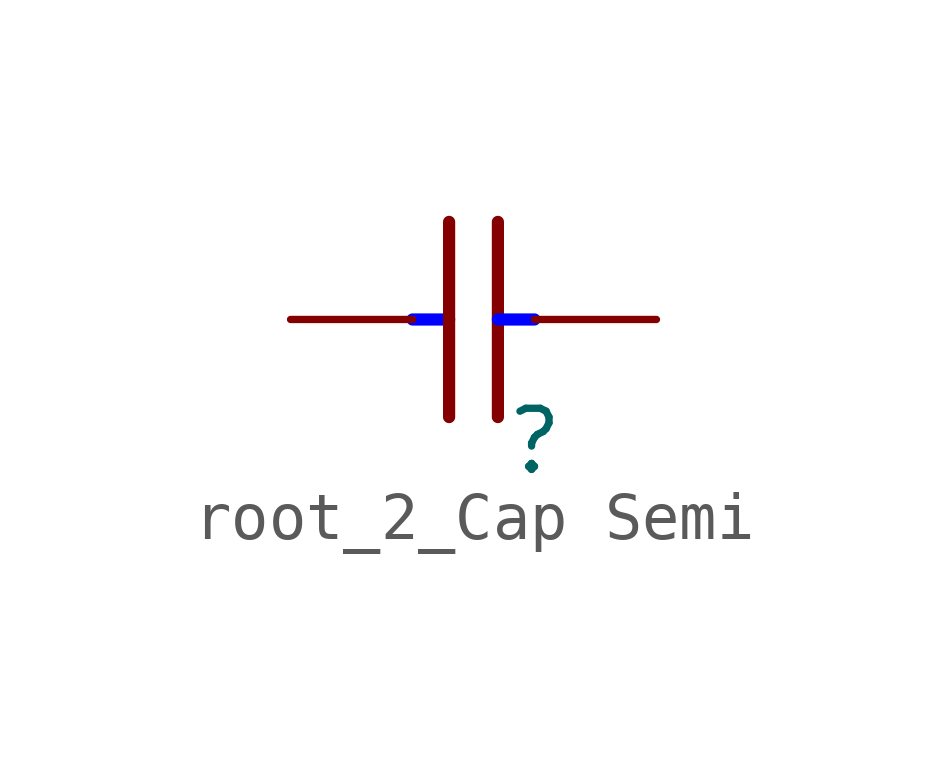
<source format=kicad_sym>
(kicad_symbol_lib
  (version 20220914)
  (generator kicad_symbol_editor)
  (symbol "root_2_Cap Semi"
    (property "Reference" ""
      (at 0 0 0)
      (effects (font (size 1.27 1.27))))
    (property "Value" ""
      (at 0 0 0)
      (effects (font (size 1.27 1.27))))
    (symbol "root_2_Cap Semi_1_0"
      (polyline (pts (xy -2.54 2.54) (xy -1.778 2.54)) (stroke (width 0.254) (type solid) (color 0 0 255 1)) (fill (type none)))
      (polyline (pts (xy -1.778 0.508) (xy -1.778 4.572)) (stroke (width 0.254) (type solid)) (fill (type none)))
      (polyline (pts (xy -0.762 4.572) (xy -0.762 0.508)) (stroke (width 0.254) (type solid)) (fill (type none)))
      (polyline (pts (xy 0 2.54) (xy -0.762 2.54)) (stroke (width 0.254) (type solid) (color 0 0 255 1)) (fill (type none)))
      (pin passive line (at 2.54 2.54 180) (length 2.54) (name "1" (effects (font (size 0 0)))) (number "1" (effects (font (size 0 0)))))
      (pin passive line (at -5.08 2.54 0) (length 2.54) (name "2" (effects (font (size 0 0)))) (number "2" (effects (font (size 0 0))))))))
</source>
